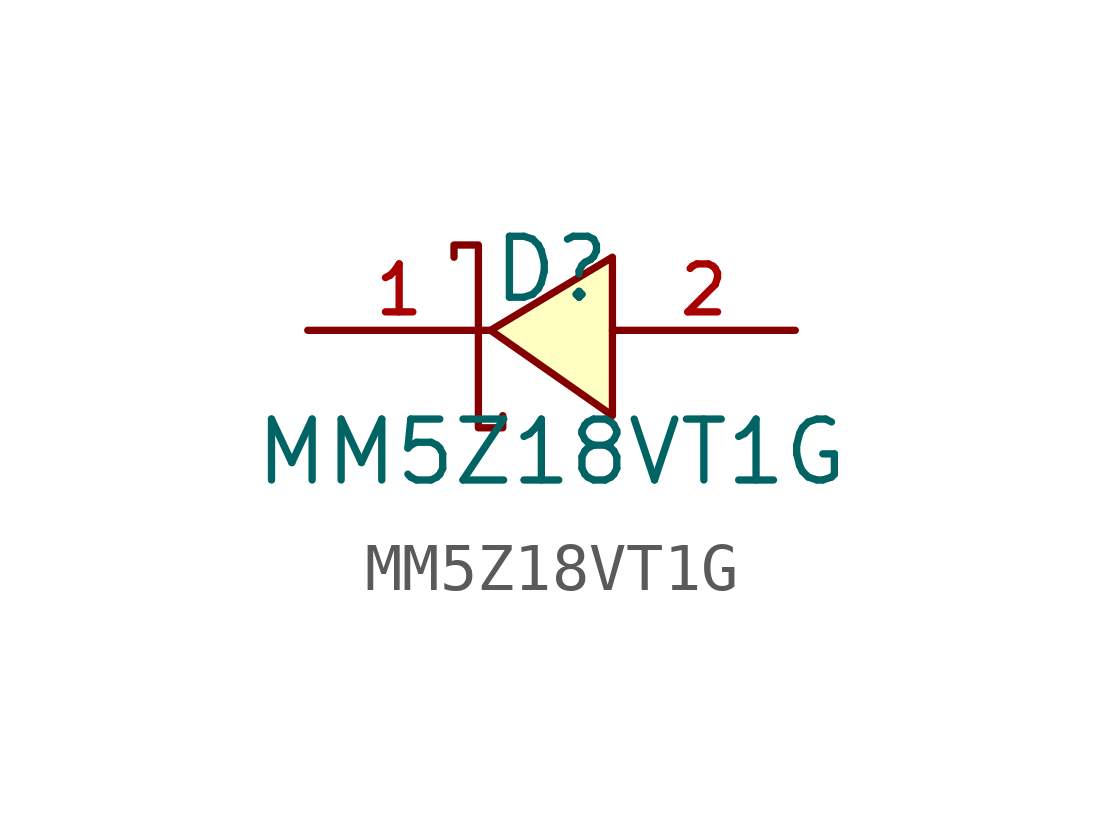
<source format=kicad_sym>
(kicad_symbol_lib
  (version 20210201)
  (generator TousstNicolas/JLC2KiCad_lib)
  (symbol "MM5Z18VT1G"
    (pin_names hide)
    (property "Reference" "D"
      (at 0 1.27 0)
      (effects (font (size 1.27 1.27))))
    (property "Value" "MM5Z18VT1G"
      (at 0 -2.54 0)
      (effects (font (size 1.27 1.27))))
    (symbol "MM5Z18VT1G_0_1"
      (pin unspecified line (at 5.08 -0.0 180) (length 3.81) (name "A" (effects (font (size 1 1)))) (number "2" (effects (font (size 1 1)))))
      (pin unspecified line (at -5.08 -0.0 0) (length 3.81) (name "K" (effects (font (size 1 1)))) (number "1" (effects (font (size 1 1)))))
      (polyline (pts (xy -2.032 1.524) (xy -2.032 1.778) (xy -1.524 1.778) (xy -1.524 -2.032) (xy -1.016 -2.032) (xy -1.016 -1.778)) (stroke (width 0) (type default) (color 0 0 0 0)) (fill (type none)))
      (polyline (pts (xy 1.27 1.524) (xy -1.27 -0.0) (xy 1.27 -1.778) (xy 1.27 1.524)) (stroke (width 0) (type default) (color 0 0 0 0)) (fill (type background))))))
</source>
